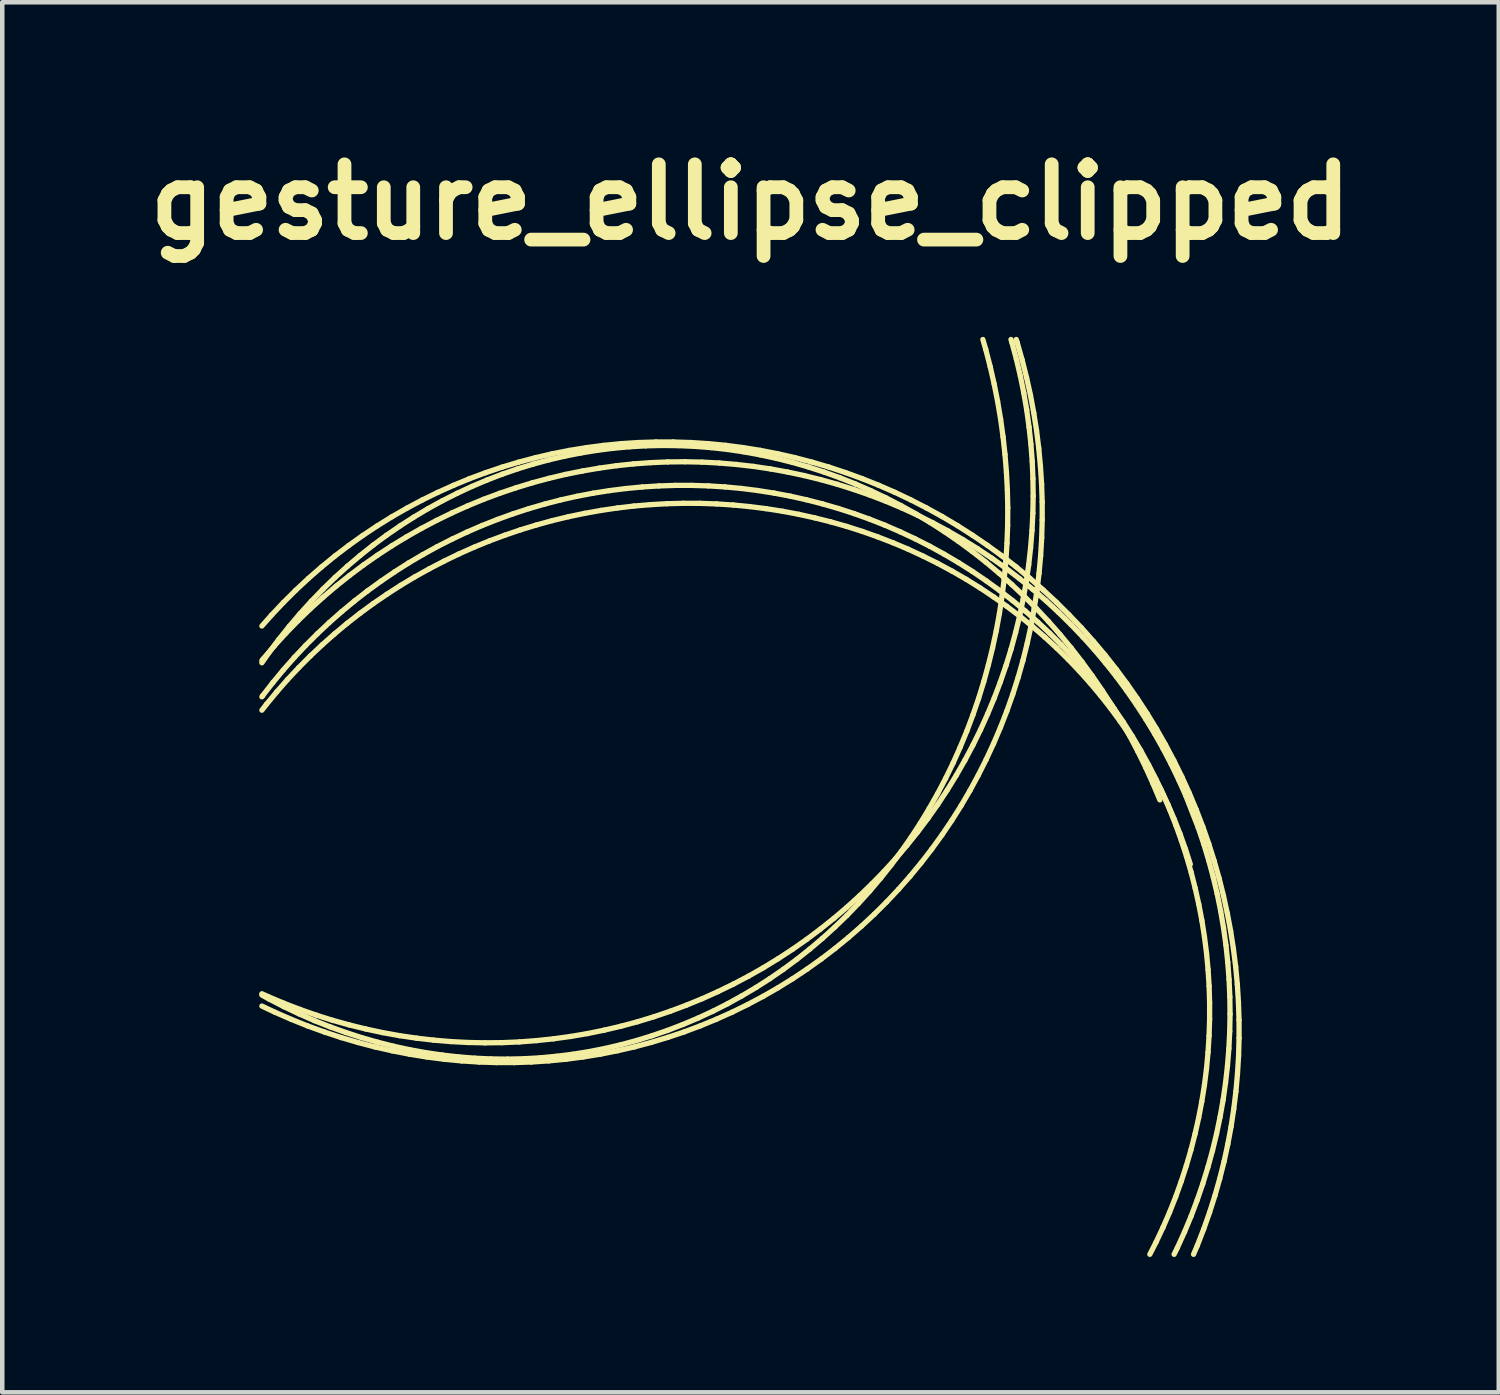
<source format=kicad_pcb>
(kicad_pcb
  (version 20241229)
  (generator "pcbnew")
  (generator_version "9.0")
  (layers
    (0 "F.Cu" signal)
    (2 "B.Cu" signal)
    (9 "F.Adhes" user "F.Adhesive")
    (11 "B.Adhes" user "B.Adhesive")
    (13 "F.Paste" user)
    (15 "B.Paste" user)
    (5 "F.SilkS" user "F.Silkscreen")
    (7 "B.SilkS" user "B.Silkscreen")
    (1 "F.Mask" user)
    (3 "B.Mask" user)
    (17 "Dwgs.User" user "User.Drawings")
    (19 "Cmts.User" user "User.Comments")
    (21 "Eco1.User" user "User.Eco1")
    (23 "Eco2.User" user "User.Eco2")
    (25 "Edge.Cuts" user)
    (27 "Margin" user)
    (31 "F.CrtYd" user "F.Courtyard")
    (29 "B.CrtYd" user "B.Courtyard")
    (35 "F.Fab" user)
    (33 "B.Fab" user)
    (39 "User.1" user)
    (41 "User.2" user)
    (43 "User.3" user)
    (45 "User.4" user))
  (footprint "gesture_ellipse_clipped"
    (layer "F.Cu")
    (at 13.585 14.614)
    (property "Reference" "gesture_ellipse_clipped" (at 0 -13.187 0) (layer "F.SilkS") (effects (font (size 1.524 1.524) (thickness 0.305))))
    (attr smd)
    (fp_line (start -10.83 4.363) (end -10.695 4.425) (stroke (width 0.117) (type solid)) (layer "F.SilkS"))
    (fp_line (start -10.83 4.636) (end -10.538 4.774) (stroke (width 0.117) (type solid)) (layer "F.SilkS"))
    (fp_line (start -10.83 4.392) (end -10.674 4.479) (stroke (width 0.117) (type solid)) (layer "F.SilkS"))
    (fp_line (start -10.814 -2.242) (end -10.83 -2.219) (stroke (width 0.117) (type solid)) (layer "F.SilkS"))
    (fp_line (start -10.802 -3.058) (end -10.83 -3.024) (stroke (width 0.117) (type solid)) (layer "F.SilkS"))
    (fp_line (start -10.73 -2.051) (end -10.83 -1.922) (stroke (width 0.117) (type solid)) (layer "F.SilkS"))
    (fp_line (start -10.695 4.425) (end -10.344 4.573) (stroke (width 0.117) (type solid)) (layer "F.SilkS"))
    (fp_line (start -10.682 -3.186) (end -10.83 -2.973) (stroke (width 0.117) (type solid)) (layer "F.SilkS"))
    (fp_line (start -10.674 4.479) (end -10.342 4.65) (stroke (width 0.117) (type solid)) (layer "F.SilkS"))
    (fp_line (start -10.618 -4.028) (end -10.83 -3.788) (stroke (width 0.117) (type solid)) (layer "F.SilkS"))
    (fp_line (start -10.589 -2.531) (end -10.814 -2.242) (stroke (width 0.117) (type solid)) (layer "F.SilkS"))
    (fp_line (start -10.554 -3.348) (end -10.802 -3.058) (stroke (width 0.117) (type solid)) (layer "F.SilkS"))
    (fp_line (start -10.538 4.774) (end -10.178 4.931) (stroke (width 0.117) (type solid)) (layer "F.SilkS"))
    (fp_line (start -10.5 -2.329) (end -10.73 -2.051) (stroke (width 0.117) (type solid)) (layer "F.SilkS"))
    (fp_line (start -10.458 -3.487) (end -10.682 -3.186) (stroke (width 0.117) (type solid)) (layer "F.SilkS"))
    (fp_line (start -10.355 -2.814) (end -10.589 -2.531) (stroke (width 0.117) (type solid)) (layer "F.SilkS"))
    (fp_line (start -10.354 -4.308) (end -10.618 -4.028) (stroke (width 0.117) (type solid)) (layer "F.SilkS"))
    (fp_line (start -10.344 4.573) (end -9.988 4.71) (stroke (width 0.117) (type solid)) (layer "F.SilkS"))
    (fp_line (start -10.342 4.65) (end -10.005 4.81) (stroke (width 0.117) (type solid)) (layer "F.SilkS"))
    (fp_line (start -10.297 -3.63) (end -10.554 -3.348) (stroke (width 0.117) (type solid)) (layer "F.SilkS"))
    (fp_line (start -10.262 -2.601) (end -10.5 -2.329) (stroke (width 0.117) (type solid)) (layer "F.SilkS"))
    (fp_line (start -10.224 -3.78) (end -10.458 -3.487) (stroke (width 0.117) (type solid)) (layer "F.SilkS"))
    (fp_line (start -10.178 4.931) (end -9.814 5.077) (stroke (width 0.117) (type solid)) (layer "F.SilkS"))
    (fp_line (start -10.113 -3.089) (end -10.355 -2.814) (stroke (width 0.117) (type solid)) (layer "F.SilkS"))
    (fp_line (start -10.081 -4.58) (end -10.354 -4.308) (stroke (width 0.117) (type solid)) (layer "F.SilkS"))
    (fp_line (start -10.032 -3.903) (end -10.297 -3.63) (stroke (width 0.117) (type solid)) (layer "F.SilkS"))
    (fp_line (start -10.014 -2.865) (end -10.262 -2.601) (stroke (width 0.117) (type solid)) (layer "F.SilkS"))
    (fp_line (start -10.005 4.81) (end -9.665 4.959) (stroke (width 0.117) (type solid)) (layer "F.SilkS"))
    (fp_line (start -9.988 4.71) (end -9.628 4.836) (stroke (width 0.117) (type solid)) (layer "F.SilkS"))
    (fp_line (start -9.983 -4.064) (end -10.224 -3.78) (stroke (width 0.117) (type solid)) (layer "F.SilkS"))
    (fp_line (start -9.862 -3.356) (end -10.113 -3.089) (stroke (width 0.117) (type solid)) (layer "F.SilkS"))
    (fp_line (start -9.814 5.077) (end -9.445 5.211) (stroke (width 0.117) (type solid)) (layer "F.SilkS"))
    (fp_line (start -9.8 -4.842) (end -10.081 -4.58) (stroke (width 0.117) (type solid)) (layer "F.SilkS"))
    (fp_line (start -9.758 -3.122) (end -10.014 -2.865) (stroke (width 0.117) (type solid)) (layer "F.SilkS"))
    (fp_line (start -9.758 -4.168) (end -10.032 -3.903) (stroke (width 0.117) (type solid)) (layer "F.SilkS"))
    (fp_line (start -9.732 -4.34) (end -9.983 -4.064) (stroke (width 0.117) (type solid)) (layer "F.SilkS"))
    (fp_line (start -9.665 4.959) (end -9.32 5.096) (stroke (width 0.117) (type solid)) (layer "F.SilkS"))
    (fp_line (start -9.628 4.836) (end -9.265 4.951) (stroke (width 0.117) (type solid)) (layer "F.SilkS"))
    (fp_line (start -9.602 -3.615) (end -9.862 -3.356) (stroke (width 0.117) (type solid)) (layer "F.SilkS"))
    (fp_line (start -9.51 -5.095) (end -9.8 -4.842) (stroke (width 0.117) (type solid)) (layer "F.SilkS"))
    (fp_line (start -9.494 -3.371) (end -9.758 -3.122) (stroke (width 0.117) (type solid)) (layer "F.SilkS"))
    (fp_line (start -9.475 -4.424) (end -9.758 -4.168) (stroke (width 0.117) (type solid)) (layer "F.SilkS"))
    (fp_line (start -9.474 -4.607) (end -9.732 -4.34) (stroke (width 0.117) (type solid)) (layer "F.SilkS"))
    (fp_line (start -9.445 5.211) (end -9.074 5.334) (stroke (width 0.117) (type solid)) (layer "F.SilkS"))
    (fp_line (start -9.335 -3.866) (end -9.602 -3.615) (stroke (width 0.117) (type solid)) (layer "F.SilkS"))
    (fp_line (start -9.32 5.096) (end -8.972 5.221) (stroke (width 0.117) (type solid)) (layer "F.SilkS"))
    (fp_line (start -9.265 4.951) (end -8.898 5.053) (stroke (width 0.117) (type solid)) (layer "F.SilkS"))
    (fp_line (start -9.222 -3.612) (end -9.494 -3.371) (stroke (width 0.117) (type solid)) (layer "F.SilkS"))
    (fp_line (start -9.213 -5.338) (end -9.51 -5.095) (stroke (width 0.117) (type solid)) (layer "F.SilkS"))
    (fp_line (start -9.208 -4.865) (end -9.474 -4.607) (stroke (width 0.117) (type solid)) (layer "F.SilkS"))
    (fp_line (start -9.185 -4.672) (end -9.475 -4.424) (stroke (width 0.117) (type solid)) (layer "F.SilkS"))
    (fp_line (start -9.074 5.334) (end -8.698 5.444) (stroke (width 0.117) (type solid)) (layer "F.SilkS"))
    (fp_line (start -9.06 -4.108) (end -9.335 -3.866) (stroke (width 0.117) (type solid)) (layer "F.SilkS"))
    (fp_line (start -8.972 5.221) (end -8.621 5.335) (stroke (width 0.117) (type solid)) (layer "F.SilkS"))
    (fp_line (start -8.943 -3.845) (end -9.222 -3.612) (stroke (width 0.117) (type solid)) (layer "F.SilkS"))
    (fp_line (start -8.934 -5.113) (end -9.208 -4.865) (stroke (width 0.117) (type solid)) (layer "F.SilkS"))
    (fp_line (start -8.907 -5.571) (end -9.213 -5.338) (stroke (width 0.117) (type solid)) (layer "F.SilkS"))
    (fp_line (start -8.898 5.053) (end -8.528 5.144) (stroke (width 0.117) (type solid)) (layer "F.SilkS"))
    (fp_line (start -8.887 -4.909) (end -9.185 -4.672) (stroke (width 0.117) (type solid)) (layer "F.SilkS"))
    (fp_line (start -8.778 -4.342) (end -9.06 -4.108) (stroke (width 0.117) (type solid)) (layer "F.SilkS"))
    (fp_line (start -8.698 5.444) (end -8.321 5.543) (stroke (width 0.117) (type solid)) (layer "F.SilkS"))
    (fp_line (start -8.656 -4.069) (end -8.943 -3.845) (stroke (width 0.117) (type solid)) (layer "F.SilkS"))
    (fp_line (start -8.653 -5.351) (end -8.934 -5.113) (stroke (width 0.117) (type solid)) (layer "F.SilkS"))
    (fp_line (start -8.621 5.335) (end -8.268 5.436) (stroke (width 0.117) (type solid)) (layer "F.SilkS"))
    (fp_line (start -8.595 -5.794) (end -8.907 -5.571) (stroke (width 0.117) (type solid)) (layer "F.SilkS"))
    (fp_line (start -8.582 -5.138) (end -8.887 -4.909) (stroke (width 0.117) (type solid)) (layer "F.SilkS"))
    (fp_line (start -8.528 5.144) (end -8.155 5.224) (stroke (width 0.117) (type solid)) (layer "F.SilkS"))
    (fp_line (start -8.488 -4.567) (end -8.778 -4.342) (stroke (width 0.117) (type solid)) (layer "F.SilkS"))
    (fp_line (start -8.365 -5.58) (end -8.653 -5.351) (stroke (width 0.117) (type solid)) (layer "F.SilkS"))
    (fp_line (start -8.362 -4.285) (end -8.656 -4.069) (stroke (width 0.117) (type solid)) (layer "F.SilkS"))
    (fp_line (start -8.321 5.543) (end -7.94 5.629) (stroke (width 0.117) (type solid)) (layer "F.SilkS"))
    (fp_line (start -8.275 -6.007) (end -8.595 -5.794) (stroke (width 0.117) (type solid)) (layer "F.SilkS"))
    (fp_line (start -8.27 -5.356) (end -8.582 -5.138) (stroke (width 0.117) (type solid)) (layer "F.SilkS"))
    (fp_line (start -8.268 5.436) (end -7.912 5.526) (stroke (width 0.117) (type solid)) (layer "F.SilkS"))
    (fp_line (start -8.191 -4.782) (end -8.488 -4.567) (stroke (width 0.117) (type solid)) (layer "F.SilkS"))
    (fp_line (start -8.155 5.224) (end -7.78 5.292) (stroke (width 0.117) (type solid)) (layer "F.SilkS"))
    (fp_line (start -8.07 -5.798) (end -8.365 -5.58) (stroke (width 0.117) (type solid)) (layer "F.SilkS"))
    (fp_line (start -8.061 -4.491) (end -8.362 -4.285) (stroke (width 0.117) (type solid)) (layer "F.SilkS"))
    (fp_line (start -7.951 -5.565) (end -8.27 -5.356) (stroke (width 0.117) (type solid)) (layer "F.SilkS"))
    (fp_line (start -7.949 -6.209) (end -8.275 -6.007) (stroke (width 0.117) (type solid)) (layer "F.SilkS"))
    (fp_line (start -7.94 5.629) (end -7.558 5.703) (stroke (width 0.117) (type solid)) (layer "F.SilkS"))
    (fp_line (start -7.912 5.526) (end -7.553 5.604) (stroke (width 0.117) (type solid)) (layer "F.SilkS"))
    (fp_line (start -7.888 -4.988) (end -8.191 -4.782) (stroke (width 0.117) (type solid)) (layer "F.SilkS"))
    (fp_line (start -7.78 5.292) (end -7.404 5.347) (stroke (width 0.117) (type solid)) (layer "F.SilkS"))
    (fp_line (start -7.768 -6.006) (end -8.07 -5.798) (stroke (width 0.117) (type solid)) (layer "F.SilkS"))
    (fp_line (start -7.754 -4.689) (end -8.061 -4.491) (stroke (width 0.117) (type solid)) (layer "F.SilkS"))
    (fp_line (start -7.626 -5.763) (end -7.951 -5.565) (stroke (width 0.117) (type solid)) (layer "F.SilkS"))
    (fp_line (start -7.616 -6.4) (end -7.949 -6.209) (stroke (width 0.117) (type solid)) (layer "F.SilkS"))
    (fp_line (start -7.579 -5.185) (end -7.888 -4.988) (stroke (width 0.117) (type solid)) (layer "F.SilkS"))
    (fp_line (start -7.558 5.703) (end -7.174 5.765) (stroke (width 0.117) (type solid)) (layer "F.SilkS"))
    (fp_line (start -7.553 5.604) (end -7.194 5.669) (stroke (width 0.117) (type solid)) (layer "F.SilkS"))
    (fp_line (start -7.46 -6.203) (end -7.768 -6.006) (stroke (width 0.117) (type solid)) (layer "F.SilkS"))
    (fp_line (start -7.441 -4.877) (end -7.754 -4.689) (stroke (width 0.117) (type solid)) (layer "F.SilkS"))
    (fp_line (start -7.404 5.347) (end -7.025 5.391) (stroke (width 0.117) (type solid)) (layer "F.SilkS"))
    (fp_line (start -7.295 -5.951) (end -7.626 -5.763) (stroke (width 0.117) (type solid)) (layer "F.SilkS"))
    (fp_line (start -7.278 -6.58) (end -7.616 -6.4) (stroke (width 0.117) (type solid)) (layer "F.SilkS"))
    (fp_line (start -7.263 -5.371) (end -7.579 -5.185) (stroke (width 0.117) (type solid)) (layer "F.SilkS"))
    (fp_line (start -7.194 5.669) (end -6.832 5.722) (stroke (width 0.117) (type solid)) (layer "F.SilkS"))
    (fp_line (start -7.174 5.765) (end -6.789 5.815) (stroke (width 0.117) (type solid)) (layer "F.SilkS"))
    (fp_line (start -7.147 -6.39) (end -7.46 -6.203) (stroke (width 0.117) (type solid)) (layer "F.SilkS"))
    (fp_line (start -7.121 -5.055) (end -7.441 -4.877) (stroke (width 0.117) (type solid)) (layer "F.SilkS"))
    (fp_line (start -7.025 5.391) (end -6.646 5.423) (stroke (width 0.117) (type solid)) (layer "F.SilkS"))
    (fp_line (start -6.958 -6.128) (end -7.295 -5.951) (stroke (width 0.117) (type solid)) (layer "F.SilkS"))
    (fp_line (start -6.942 -5.548) (end -7.263 -5.371) (stroke (width 0.117) (type solid)) (layer "F.SilkS"))
    (fp_line (start -6.933 -6.749) (end -7.278 -6.58) (stroke (width 0.117) (type solid)) (layer "F.SilkS"))
    (fp_line (start -6.832 5.722) (end -6.47 5.763) (stroke (width 0.117) (type solid)) (layer "F.SilkS"))
    (fp_line (start -6.828 -6.565) (end -7.147 -6.39) (stroke (width 0.117) (type solid)) (layer "F.SilkS"))
    (fp_line (start -6.796 -5.224) (end -7.121 -5.055) (stroke (width 0.117) (type solid)) (layer "F.SilkS"))
    (fp_line (start -6.789 5.815) (end -6.402 5.852) (stroke (width 0.117) (type solid)) (layer "F.SilkS"))
    (fp_line (start -6.646 5.423) (end -6.266 5.443) (stroke (width 0.117) (type solid)) (layer "F.SilkS"))
    (fp_line (start -6.616 -6.295) (end -6.958 -6.128) (stroke (width 0.117) (type solid)) (layer "F.SilkS"))
    (fp_line (start -6.615 -5.714) (end -6.942 -5.548) (stroke (width 0.117) (type solid)) (layer "F.SilkS"))
    (fp_line (start -6.583 -6.906) (end -6.933 -6.749) (stroke (width 0.117) (type solid)) (layer "F.SilkS"))
    (fp_line (start -6.503 -6.729) (end -6.828 -6.565) (stroke (width 0.117) (type solid)) (layer "F.SilkS"))
    (fp_line (start -6.47 5.763) (end -6.108 5.792) (stroke (width 0.117) (type solid)) (layer "F.SilkS"))
    (fp_line (start -6.466 -5.384) (end -6.796 -5.224) (stroke (width 0.117) (type solid)) (layer "F.SilkS"))
    (fp_line (start -6.402 5.852) (end -6.015 5.877) (stroke (width 0.117) (type solid)) (layer "F.SilkS"))
    (fp_line (start -6.284 -5.87) (end -6.615 -5.714) (stroke (width 0.117) (type solid)) (layer "F.SilkS"))
    (fp_line (start -6.269 -6.451) (end -6.616 -6.295) (stroke (width 0.117) (type solid)) (layer "F.SilkS"))
    (fp_line (start -6.266 5.443) (end -5.885 5.451) (stroke (width 0.117) (type solid)) (layer "F.SilkS"))
    (fp_line (start -6.229 -7.053) (end -6.583 -6.906) (stroke (width 0.117) (type solid)) (layer "F.SilkS"))
    (fp_line (start -6.174 -6.882) (end -6.503 -6.729) (stroke (width 0.117) (type solid)) (layer "F.SilkS"))
    (fp_line (start -6.131 -5.533) (end -6.466 -5.384) (stroke (width 0.117) (type solid)) (layer "F.SilkS"))
    (fp_line (start -6.108 5.792) (end -5.745 5.808) (stroke (width 0.117) (type solid)) (layer "F.SilkS"))
    (fp_line (start -6.015 5.877) (end -5.628 5.889) (stroke (width 0.117) (type solid)) (layer "F.SilkS"))
    (fp_line (start -5.947 -6.016) (end -6.284 -5.87) (stroke (width 0.117) (type solid)) (layer "F.SilkS"))
    (fp_line (start -5.916 -6.596) (end -6.269 -6.451) (stroke (width 0.117) (type solid)) (layer "F.SilkS"))
    (fp_line (start -5.885 5.451) (end -5.505 5.447) (stroke (width 0.117) (type solid)) (layer "F.SilkS"))
    (fp_line (start -5.869 -7.187) (end -6.229 -7.053) (stroke (width 0.117) (type solid)) (layer "F.SilkS"))
    (fp_line (start -5.84 -7.024) (end -6.174 -6.882) (stroke (width 0.117) (type solid)) (layer "F.SilkS"))
    (fp_line (start -5.792 -5.672) (end -6.131 -5.533) (stroke (width 0.117) (type solid)) (layer "F.SilkS"))
    (fp_line (start -5.745 5.808) (end -5.382 5.812) (stroke (width 0.117) (type solid)) (layer "F.SilkS"))
    (fp_line (start -5.628 5.889) (end -5.242 5.889) (stroke (width 0.117) (type solid)) (layer "F.SilkS"))
    (fp_line (start -5.606 -6.151) (end -5.947 -6.016) (stroke (width 0.117) (type solid)) (layer "F.SilkS"))
    (fp_line (start -5.56 -6.729) (end -5.916 -6.596) (stroke (width 0.117) (type solid)) (layer "F.SilkS"))
    (fp_line (start -5.505 -7.31) (end -5.869 -7.187) (stroke (width 0.117) (type solid)) (layer "F.SilkS"))
    (fp_line (start -5.505 5.447) (end -5.124 5.431) (stroke (width 0.117) (type solid)) (layer "F.SilkS"))
    (fp_line (start -5.501 -7.154) (end -5.84 -7.024) (stroke (width 0.117) (type solid)) (layer "F.SilkS"))
    (fp_line (start -5.448 -5.8) (end -5.792 -5.672) (stroke (width 0.117) (type solid)) (layer "F.SilkS"))
    (fp_line (start -5.382 5.812) (end -5.019 5.804) (stroke (width 0.117) (type solid)) (layer "F.SilkS"))
    (fp_line (start -5.261 -6.275) (end -5.606 -6.151) (stroke (width 0.117) (type solid)) (layer "F.SilkS"))
    (fp_line (start -5.242 5.889) (end -4.856 5.876) (stroke (width 0.117) (type solid)) (layer "F.SilkS"))
    (fp_line (start -5.199 -6.851) (end -5.56 -6.729) (stroke (width 0.117) (type solid)) (layer "F.SilkS"))
    (fp_line (start -5.159 -7.272) (end -5.501 -7.154) (stroke (width 0.117) (type solid)) (layer "F.SilkS"))
    (fp_line (start -5.138 -7.42) (end -5.505 -7.31) (stroke (width 0.117) (type solid)) (layer "F.SilkS"))
    (fp_line (start -5.124 5.431) (end -4.745 5.402) (stroke (width 0.117) (type solid)) (layer "F.SilkS"))
    (fp_line (start -5.1 -5.919) (end -5.448 -5.8) (stroke (width 0.117) (type solid)) (layer "F.SilkS"))
    (fp_line (start -5.019 5.804) (end -4.658 5.783) (stroke (width 0.117) (type solid)) (layer "F.SilkS"))
    (fp_line (start -4.913 -6.389) (end -5.261 -6.275) (stroke (width 0.117) (type solid)) (layer "F.SilkS"))
    (fp_line (start -4.856 5.876) (end -4.47 5.851) (stroke (width 0.117) (type solid)) (layer "F.SilkS"))
    (fp_line (start -4.835 -6.962) (end -5.199 -6.851) (stroke (width 0.117) (type solid)) (layer "F.SilkS"))
    (fp_line (start -4.813 -7.378) (end -5.159 -7.272) (stroke (width 0.117) (type solid)) (layer "F.SilkS"))
    (fp_line (start -4.766 -7.519) (end -5.138 -7.42) (stroke (width 0.117) (type solid)) (layer "F.SilkS"))
    (fp_line (start -4.749 -6.026) (end -5.1 -5.919) (stroke (width 0.117) (type solid)) (layer "F.SilkS"))
    (fp_line (start -4.745 5.402) (end -4.366 5.362) (stroke (width 0.117) (type solid)) (layer "F.SilkS"))
    (fp_line (start -4.658 5.783) (end -4.297 5.749) (stroke (width 0.117) (type solid)) (layer "F.SilkS"))
    (fp_line (start -4.561 -6.491) (end -4.913 -6.389) (stroke (width 0.117) (type solid)) (layer "F.SilkS"))
    (fp_line (start -4.47 5.851) (end -4.087 5.814) (stroke (width 0.117) (type solid)) (layer "F.SilkS"))
    (fp_line (start -4.468 -7.061) (end -4.835 -6.962) (stroke (width 0.117) (type solid)) (layer "F.SilkS"))
    (fp_line (start -4.464 -7.472) (end -4.813 -7.378) (stroke (width 0.117) (type solid)) (layer "F.SilkS"))
    (fp_line (start -4.394 -6.124) (end -4.749 -6.026) (stroke (width 0.117) (type solid)) (layer "F.SilkS"))
    (fp_line (start -4.392 -7.606) (end -4.766 -7.519) (stroke (width 0.117) (type solid)) (layer "F.SilkS"))
    (fp_line (start -4.366 5.362) (end -3.989 5.31) (stroke (width 0.117) (type solid)) (layer "F.SilkS"))
    (fp_line (start -4.297 5.749) (end -3.939 5.704) (stroke (width 0.117) (type solid)) (layer "F.SilkS"))
    (fp_line (start -4.206 -6.583) (end -4.561 -6.491) (stroke (width 0.117) (type solid)) (layer "F.SilkS"))
    (fp_line (start -4.112 -7.554) (end -4.464 -7.472) (stroke (width 0.117) (type solid)) (layer "F.SilkS"))
    (fp_line (start -4.097 -7.149) (end -4.468 -7.061) (stroke (width 0.117) (type solid)) (layer "F.SilkS"))
    (fp_line (start -4.087 5.814) (end -3.704 5.764) (stroke (width 0.117) (type solid)) (layer "F.SilkS"))
    (fp_line (start -4.037 -6.21) (end -4.394 -6.124) (stroke (width 0.117) (type solid)) (layer "F.SilkS"))
    (fp_line (start -4.014 -7.68) (end -4.392 -7.606) (stroke (width 0.117) (type solid)) (layer "F.SilkS"))
    (fp_line (start -3.989 5.31) (end -3.614 5.246) (stroke (width 0.117) (type solid)) (layer "F.SilkS"))
    (fp_line (start -3.939 5.704) (end -3.582 5.646) (stroke (width 0.117) (type solid)) (layer "F.SilkS"))
    (fp_line (start -3.848 -6.663) (end -4.206 -6.583) (stroke (width 0.117) (type solid)) (layer "F.SilkS"))
    (fp_line (start -3.757 -7.624) (end -4.112 -7.554) (stroke (width 0.117) (type solid)) (layer "F.SilkS"))
    (fp_line (start -3.724 -7.224) (end -4.097 -7.149) (stroke (width 0.117) (type solid)) (layer "F.SilkS"))
    (fp_line (start -3.704 5.764) (end -3.324 5.702) (stroke (width 0.117) (type solid)) (layer "F.SilkS"))
    (fp_line (start -3.677 -6.285) (end -4.037 -6.21) (stroke (width 0.117) (type solid)) (layer "F.SilkS"))
    (fp_line (start -3.634 -7.742) (end -4.014 -7.68) (stroke (width 0.117) (type solid)) (layer "F.SilkS"))
    (fp_line (start -3.614 5.246) (end -3.241 5.17) (stroke (width 0.117) (type solid)) (layer "F.SilkS"))
    (fp_line (start -3.582 5.646) (end -3.227 5.576) (stroke (width 0.117) (type solid)) (layer "F.SilkS"))
    (fp_line (start -3.488 -6.732) (end -3.848 -6.663) (stroke (width 0.117) (type solid)) (layer "F.SilkS"))
    (fp_line (start -3.4 -7.682) (end -3.757 -7.624) (stroke (width 0.117) (type solid)) (layer "F.SilkS"))
    (fp_line (start -3.349 -7.288) (end -3.724 -7.224) (stroke (width 0.117) (type solid)) (layer "F.SilkS"))
    (fp_line (start -3.324 5.702) (end -2.947 5.627) (stroke (width 0.117) (type solid)) (layer "F.SilkS"))
    (fp_line (start -3.315 -6.35) (end -3.677 -6.285) (stroke (width 0.117) (type solid)) (layer "F.SilkS"))
    (fp_line (start -3.252 -7.792) (end -3.634 -7.742) (stroke (width 0.117) (type solid)) (layer "F.SilkS"))
    (fp_line (start -3.241 5.17) (end -2.871 5.083) (stroke (width 0.117) (type solid)) (layer "F.SilkS"))
    (fp_line (start -3.227 5.576) (end -2.875 5.494) (stroke (width 0.117) (type solid)) (layer "F.SilkS"))
    (fp_line (start -3.126 -6.789) (end -3.488 -6.732) (stroke (width 0.117) (type solid)) (layer "F.SilkS"))
    (fp_line (start -3.041 -7.728) (end -3.4 -7.682) (stroke (width 0.117) (type solid)) (layer "F.SilkS"))
    (fp_line (start -2.972 -7.341) (end -3.349 -7.288) (stroke (width 0.117) (type solid)) (layer "F.SilkS"))
    (fp_line (start -2.951 -6.404) (end -3.315 -6.35) (stroke (width 0.117) (type solid)) (layer "F.SilkS"))
    (fp_line (start -2.947 5.627) (end -2.572 5.541) (stroke (width 0.117) (type solid)) (layer "F.SilkS"))
    (fp_line (start -2.875 5.494) (end -2.526 5.4) (stroke (width 0.117) (type solid)) (layer "F.SilkS"))
    (fp_line (start -2.871 5.083) (end -2.503 4.984) (stroke (width 0.117) (type solid)) (layer "F.SilkS"))
    (fp_line (start -2.868 -7.83) (end -3.252 -7.792) (stroke (width 0.117) (type solid)) (layer "F.SilkS"))
    (fp_line (start -2.763 -6.835) (end -3.126 -6.789) (stroke (width 0.117) (type solid)) (layer "F.SilkS"))
    (fp_line (start -2.681 -7.761) (end -3.041 -7.728) (stroke (width 0.117) (type solid)) (layer "F.SilkS"))
    (fp_line (start -2.594 -7.381) (end -2.972 -7.341) (stroke (width 0.117) (type solid)) (layer "F.SilkS"))
    (fp_line (start -2.585 -6.447) (end -2.951 -6.404) (stroke (width 0.117) (type solid)) (layer "F.SilkS"))
    (fp_line (start -2.572 5.541) (end -2.201 5.442) (stroke (width 0.117) (type solid)) (layer "F.SilkS"))
    (fp_line (start -2.526 5.4) (end -2.18 5.293) (stroke (width 0.117) (type solid)) (layer "F.SilkS"))
    (fp_line (start -2.503 4.984) (end -2.139 4.873) (stroke (width 0.117) (type solid)) (layer "F.SilkS"))
    (fp_line (start -2.483 -7.855) (end -2.868 -7.83) (stroke (width 0.117) (type solid)) (layer "F.SilkS"))
    (fp_line (start -2.398 -6.87) (end -2.763 -6.835) (stroke (width 0.117) (type solid)) (layer "F.SilkS"))
    (fp_line (start -2.319 -7.782) (end -2.681 -7.761) (stroke (width 0.117) (type solid)) (layer "F.SilkS"))
    (fp_line (start -2.219 -6.478) (end -2.585 -6.447) (stroke (width 0.117) (type solid)) (layer "F.SilkS"))
    (fp_line (start -2.214 -7.409) (end -2.594 -7.381) (stroke (width 0.117) (type solid)) (layer "F.SilkS"))
    (fp_line (start -2.201 5.442) (end -1.833 5.331) (stroke (width 0.117) (type solid)) (layer "F.SilkS"))
    (fp_line (start -2.18 5.293) (end -1.837 5.175) (stroke (width 0.117) (type solid)) (layer "F.SilkS"))
    (fp_line (start -2.139 4.873) (end -1.779 4.751) (stroke (width 0.117) (type solid)) (layer "F.SilkS"))
    (fp_line (start -2.097 -7.867) (end -2.483 -7.855) (stroke (width 0.117) (type solid)) (layer "F.SilkS"))
    (fp_line (start -2.032 -6.893) (end -2.398 -6.87) (stroke (width 0.117) (type solid)) (layer "F.SilkS"))
    (fp_line (start -1.957 -7.79) (end -2.319 -7.782) (stroke (width 0.117) (type solid)) (layer "F.SilkS"))
    (fp_line (start -1.852 -6.499) (end -2.219 -6.478) (stroke (width 0.117) (type solid)) (layer "F.SilkS"))
    (fp_line (start -1.837 5.175) (end -1.499 5.045) (stroke (width 0.117) (type solid)) (layer "F.SilkS"))
    (fp_line (start -1.834 -7.425) (end -2.214 -7.409) (stroke (width 0.117) (type solid)) (layer "F.SilkS"))
    (fp_line (start -1.833 5.331) (end -1.469 5.209) (stroke (width 0.117) (type solid)) (layer "F.SilkS"))
    (fp_line (start -1.779 4.751) (end -1.422 4.617) (stroke (width 0.117) (type solid)) (layer "F.SilkS"))
    (fp_line (start -1.71 -7.867) (end -2.097 -7.867) (stroke (width 0.117) (type solid)) (layer "F.SilkS"))
    (fp_line (start -1.666 -6.905) (end -2.032 -6.893) (stroke (width 0.117) (type solid)) (layer "F.SilkS"))
    (fp_line (start -1.594 -7.786) (end -1.957 -7.79) (stroke (width 0.117) (type solid)) (layer "F.SilkS"))
    (fp_line (start -1.499 5.045) (end -1.165 4.904) (stroke (width 0.117) (type solid)) (layer "F.SilkS"))
    (fp_line (start -1.484 -6.508) (end -1.852 -6.499) (stroke (width 0.117) (type solid)) (layer "F.SilkS"))
    (fp_line (start -1.469 5.209) (end -1.11 5.074) (stroke (width 0.117) (type solid)) (layer "F.SilkS"))
    (fp_line (start -1.453 -7.429) (end -1.834 -7.425) (stroke (width 0.117) (type solid)) (layer "F.SilkS"))
    (fp_line (start -1.422 4.617) (end -1.07 4.473) (stroke (width 0.117) (type solid)) (layer "F.SilkS"))
    (fp_line (start -1.323 -7.855) (end -1.71 -7.867) (stroke (width 0.117) (type solid)) (layer "F.SilkS"))
    (fp_line (start -1.299 -6.905) (end -1.666 -6.905) (stroke (width 0.117) (type solid)) (layer "F.SilkS"))
    (fp_line (start -1.231 -7.77) (end -1.594 -7.786) (stroke (width 0.117) (type solid)) (layer "F.SilkS"))
    (fp_line (start -1.165 4.904) (end -0.835 4.751) (stroke (width 0.117) (type solid)) (layer "F.SilkS"))
    (fp_line (start -1.117 -6.507) (end -1.484 -6.508) (stroke (width 0.117) (type solid)) (layer "F.SilkS"))
    (fp_line (start -1.11 5.074) (end -0.755 4.928) (stroke (width 0.117) (type solid)) (layer "F.SilkS"))
    (fp_line (start -1.073 -7.421) (end -1.453 -7.429) (stroke (width 0.117) (type solid)) (layer "F.SilkS"))
    (fp_line (start -1.07 4.473) (end -0.723 4.317) (stroke (width 0.117) (type solid)) (layer "F.SilkS"))
    (fp_line (start -0.936 -7.83) (end -1.323 -7.855) (stroke (width 0.117) (type solid)) (layer "F.SilkS"))
    (fp_line (start -0.933 -6.894) (end -1.299 -6.905) (stroke (width 0.117) (type solid)) (layer "F.SilkS"))
    (fp_line (start -0.868 -7.742) (end -1.231 -7.77) (stroke (width 0.117) (type solid)) (layer "F.SilkS"))
    (fp_line (start -0.835 4.751) (end -0.511 4.587) (stroke (width 0.117) (type solid)) (layer "F.SilkS"))
    (fp_line (start -0.755 4.928) (end -0.405 4.771) (stroke (width 0.117) (type solid)) (layer "F.SilkS"))
    (fp_line (start -0.75 -6.494) (end -1.117 -6.507) (stroke (width 0.117) (type solid)) (layer "F.SilkS"))
    (fp_line (start -0.723 4.317) (end -0.38 4.15) (stroke (width 0.117) (type solid)) (layer "F.SilkS"))
    (fp_line (start -0.692 -7.401) (end -1.073 -7.421) (stroke (width 0.117) (type solid)) (layer "F.SilkS"))
    (fp_line (start -0.567 -6.871) (end -0.933 -6.894) (stroke (width 0.117) (type solid)) (layer "F.SilkS"))
    (fp_line (start -0.55 -7.793) (end -0.936 -7.83) (stroke (width 0.117) (type solid)) (layer "F.SilkS"))
    (fp_line (start -0.511 4.587) (end -0.192 4.411) (stroke (width 0.117) (type solid)) (layer "F.SilkS"))
    (fp_line (start -0.506 -7.701) (end -0.868 -7.742) (stroke (width 0.117) (type solid)) (layer "F.SilkS"))
    (fp_line (start -0.405 4.771) (end -0.061 4.602) (stroke (width 0.117) (type solid)) (layer "F.SilkS"))
    (fp_line (start -0.383 -6.47) (end -0.75 -6.494) (stroke (width 0.117) (type solid)) (layer "F.SilkS"))
    (fp_line (start -0.38 4.15) (end -0.043 3.973) (stroke (width 0.117) (type solid)) (layer "F.SilkS"))
    (fp_line (start -0.313 -7.369) (end -0.692 -7.401) (stroke (width 0.117) (type solid)) (layer "F.SilkS"))
    (fp_line (start -0.202 -6.837) (end -0.567 -6.871) (stroke (width 0.117) (type solid)) (layer "F.SilkS"))
    (fp_line (start -0.192 4.411) (end 0.122 4.225) (stroke (width 0.117) (type solid)) (layer "F.SilkS"))
    (fp_line (start -0.165 -7.743) (end -0.55 -7.793) (stroke (width 0.117) (type solid)) (layer "F.SilkS"))
    (fp_line (start -0.145 -7.648) (end -0.506 -7.701) (stroke (width 0.117) (type solid)) (layer "F.SilkS"))
    (fp_line (start -0.061 4.602) (end 0.278 4.422) (stroke (width 0.117) (type solid)) (layer "F.SilkS"))
    (fp_line (start -0.043 3.973) (end 0.288 3.785) (stroke (width 0.117) (type solid)) (layer "F.SilkS"))
    (fp_line (start -0.018 -6.435) (end -0.383 -6.47) (stroke (width 0.117) (type solid)) (layer "F.SilkS"))
    (fp_line (start 0.065 -7.326) (end -0.313 -7.369) (stroke (width 0.117) (type solid)) (layer "F.SilkS"))
    (fp_line (start 0.122 4.225) (end 0.43 4.028) (stroke (width 0.117) (type solid)) (layer "F.SilkS"))
    (fp_line (start 0.161 -6.791) (end -0.202 -6.837) (stroke (width 0.117) (type solid)) (layer "F.SilkS"))
    (fp_line (start 0.215 -7.582) (end -0.145 -7.648) (stroke (width 0.117) (type solid)) (layer "F.SilkS"))
    (fp_line (start 0.219 -7.681) (end -0.165 -7.743) (stroke (width 0.117) (type solid)) (layer "F.SilkS"))
    (fp_line (start 0.278 4.422) (end 0.61 4.231) (stroke (width 0.117) (type solid)) (layer "F.SilkS"))
    (fp_line (start 0.288 3.785) (end 0.613 3.586) (stroke (width 0.117) (type solid)) (layer "F.SilkS"))
    (fp_line (start 0.346 -6.389) (end -0.018 -6.435) (stroke (width 0.117) (type solid)) (layer "F.SilkS"))
    (fp_line (start 0.43 4.028) (end 0.731 3.82) (stroke (width 0.117) (type solid)) (layer "F.SilkS"))
    (fp_line (start 0.442 -7.27) (end 0.065 -7.326) (stroke (width 0.117) (type solid)) (layer "F.SilkS"))
    (fp_line (start 0.523 -6.734) (end 0.161 -6.791) (stroke (width 0.117) (type solid)) (layer "F.SilkS"))
    (fp_line (start 0.573 -7.504) (end 0.215 -7.582) (stroke (width 0.117) (type solid)) (layer "F.SilkS"))
    (fp_line (start 0.602 -7.607) (end 0.219 -7.681) (stroke (width 0.117) (type solid)) (layer "F.SilkS"))
    (fp_line (start 0.61 4.231) (end 0.937 4.029) (stroke (width 0.117) (type solid)) (layer "F.SilkS"))
    (fp_line (start 0.613 3.586) (end 0.932 3.378) (stroke (width 0.117) (type solid)) (layer "F.SilkS"))
    (fp_line (start 0.708 -6.332) (end 0.346 -6.389) (stroke (width 0.117) (type solid)) (layer "F.SilkS"))
    (fp_line (start 0.731 3.82) (end 1.026 3.602) (stroke (width 0.117) (type solid)) (layer "F.SilkS"))
    (fp_line (start 0.817 -7.202) (end 0.442 -7.27) (stroke (width 0.117) (type solid)) (layer "F.SilkS"))
    (fp_line (start 0.883 -6.666) (end 0.523 -6.734) (stroke (width 0.117) (type solid)) (layer "F.SilkS"))
    (fp_line (start 0.929 -7.415) (end 0.573 -7.504) (stroke (width 0.117) (type solid)) (layer "F.SilkS"))
    (fp_line (start 0.932 3.378) (end 1.244 3.159) (stroke (width 0.117) (type solid)) (layer "F.SilkS"))
    (fp_line (start 0.937 4.029) (end 1.256 3.816) (stroke (width 0.117) (type solid)) (layer "F.SilkS"))
    (fp_line (start 0.982 -7.521) (end 0.602 -7.607) (stroke (width 0.117) (type solid)) (layer "F.SilkS"))
    (fp_line (start 1.026 3.602) (end 1.314 3.373) (stroke (width 0.117) (type solid)) (layer "F.SilkS"))
    (fp_line (start 1.068 -6.264) (end 0.708 -6.332) (stroke (width 0.117) (type solid)) (layer "F.SilkS"))
    (fp_line (start 1.189 -7.123) (end 0.817 -7.202) (stroke (width 0.117) (type solid)) (layer "F.SilkS"))
    (fp_line (start 1.241 -6.586) (end 0.883 -6.666) (stroke (width 0.117) (type solid)) (layer "F.SilkS"))
    (fp_line (start 1.244 3.159) (end 1.549 2.931) (stroke (width 0.117) (type solid)) (layer "F.SilkS"))
    (fp_line (start 1.256 3.816) (end 1.569 3.593) (stroke (width 0.117) (type solid)) (layer "F.SilkS"))
    (fp_line (start 1.283 -7.313) (end 0.929 -7.415) (stroke (width 0.117) (type solid)) (layer "F.SilkS"))
    (fp_line (start 1.314 3.373) (end 1.595 3.135) (stroke (width 0.117) (type solid)) (layer "F.SilkS"))
    (fp_line (start 1.36 -7.422) (end 0.982 -7.521) (stroke (width 0.117) (type solid)) (layer "F.SilkS"))
    (fp_line (start 1.425 -6.185) (end 1.068 -6.264) (stroke (width 0.117) (type solid)) (layer "F.SilkS"))
    (fp_line (start 1.549 2.931) (end 1.847 2.693) (stroke (width 0.117) (type solid)) (layer "F.SilkS"))
    (fp_line (start 1.559 -7.032) (end 1.189 -7.123) (stroke (width 0.117) (type solid)) (layer "F.SilkS"))
    (fp_line (start 1.569 3.593) (end 1.874 3.36) (stroke (width 0.117) (type solid)) (layer "F.SilkS"))
    (fp_line (start 1.595 3.135) (end 1.869 2.886) (stroke (width 0.117) (type solid)) (layer "F.SilkS"))
    (fp_line (start 1.596 -6.495) (end 1.241 -6.586) (stroke (width 0.117) (type solid)) (layer "F.SilkS"))
    (fp_line (start 1.634 -7.199) (end 1.283 -7.313) (stroke (width 0.117) (type solid)) (layer "F.SilkS"))
    (fp_line (start 1.735 -7.312) (end 1.36 -7.422) (stroke (width 0.117) (type solid)) (layer "F.SilkS"))
    (fp_line (start 1.78 -6.096) (end 1.425 -6.185) (stroke (width 0.117) (type solid)) (layer "F.SilkS"))
    (fp_line (start 1.847 2.693) (end 2.137 2.446) (stroke (width 0.117) (type solid)) (layer "F.SilkS"))
    (fp_line (start 1.869 2.886) (end 2.136 2.629) (stroke (width 0.117) (type solid)) (layer "F.SilkS"))
    (fp_line (start 1.874 3.36) (end 2.171 3.117) (stroke (width 0.117) (type solid)) (layer "F.SilkS"))
    (fp_line (start 1.926 -6.929) (end 1.559 -7.032) (stroke (width 0.117) (type solid)) (layer "F.SilkS"))
    (fp_line (start 1.948 -6.393) (end 1.596 -6.495) (stroke (width 0.117) (type solid)) (layer "F.SilkS"))
    (fp_line (start 1.982 -7.074) (end 1.634 -7.199) (stroke (width 0.117) (type solid)) (layer "F.SilkS"))
    (fp_line (start 2.107 -7.189) (end 1.735 -7.312) (stroke (width 0.117) (type solid)) (layer "F.SilkS"))
    (fp_line (start 2.131 -5.996) (end 1.78 -6.096) (stroke (width 0.117) (type solid)) (layer "F.SilkS"))
    (fp_line (start 2.136 2.629) (end 2.394 2.362) (stroke (width 0.117) (type solid)) (layer "F.SilkS"))
    (fp_line (start 2.137 2.446) (end 2.419 2.19) (stroke (width 0.117) (type solid)) (layer "F.SilkS"))
    (fp_line (start 2.171 3.117) (end 2.461 2.864) (stroke (width 0.117) (type solid)) (layer "F.SilkS"))
    (fp_line (start 2.29 -6.814) (end 1.926 -6.929) (stroke (width 0.117) (type solid)) (layer "F.SilkS"))
    (fp_line (start 2.296 -6.28) (end 1.948 -6.393) (stroke (width 0.117) (type solid)) (layer "F.SilkS"))
    (fp_line (start 2.326 -6.937) (end 1.982 -7.074) (stroke (width 0.117) (type solid)) (layer "F.SilkS"))
    (fp_line (start 2.394 2.362) (end 2.644 2.086) (stroke (width 0.117) (type solid)) (layer "F.SilkS"))
    (fp_line (start 2.419 2.19) (end 2.693 1.925) (stroke (width 0.117) (type solid)) (layer "F.SilkS"))
    (fp_line (start 2.461 2.864) (end 2.743 2.602) (stroke (width 0.117) (type solid)) (layer "F.SilkS"))
    (fp_line (start 2.475 -7.055) (end 2.107 -7.189) (stroke (width 0.117) (type solid)) (layer "F.SilkS"))
    (fp_line (start 2.479 -5.885) (end 2.131 -5.996) (stroke (width 0.117) (type solid)) (layer "F.SilkS"))
    (fp_line (start 2.641 -6.156) (end 2.296 -6.28) (stroke (width 0.117) (type solid)) (layer "F.SilkS"))
    (fp_line (start 2.644 2.086) (end 2.886 1.801) (stroke (width 0.117) (type solid)) (layer "F.SilkS"))
    (fp_line (start 2.649 -6.689) (end 2.29 -6.814) (stroke (width 0.117) (type solid)) (layer "F.SilkS"))
    (fp_line (start 2.667 -6.788) (end 2.326 -6.937) (stroke (width 0.117) (type solid)) (layer "F.SilkS"))
    (fp_line (start 2.693 1.925) (end 2.959 1.652) (stroke (width 0.117) (type solid)) (layer "F.SilkS"))
    (fp_line (start 2.743 2.602) (end 3.016 2.33) (stroke (width 0.117) (type solid)) (layer "F.SilkS"))
    (fp_line (start 2.823 -5.763) (end 2.479 -5.885) (stroke (width 0.117) (type solid)) (layer "F.SilkS"))
    (fp_line (start 2.839 -6.909) (end 2.475 -7.055) (stroke (width 0.117) (type solid)) (layer "F.SilkS"))
    (fp_line (start 2.886 1.801) (end 3.119 1.508) (stroke (width 0.117) (type solid)) (layer "F.SilkS"))
    (fp_line (start 2.959 1.652) (end 3.216 1.37) (stroke (width 0.117) (type solid)) (layer "F.SilkS"))
    (fp_line (start 2.982 -6.022) (end 2.641 -6.156) (stroke (width 0.117) (type solid)) (layer "F.SilkS"))
    (fp_line (start 3.003 -6.628) (end 2.667 -6.788) (stroke (width 0.117) (type solid)) (layer "F.SilkS"))
    (fp_line (start 3.005 -6.552) (end 2.649 -6.689) (stroke (width 0.117) (type solid)) (layer "F.SilkS"))
    (fp_line (start 3.016 2.33) (end 3.28 2.05) (stroke (width 0.117) (type solid)) (layer "F.SilkS"))
    (fp_line (start 3.119 1.508) (end 3.343 1.207) (stroke (width 0.117) (type solid)) (layer "F.SilkS"))
    (fp_line (start 3.162 -5.632) (end 2.823 -5.763) (stroke (width 0.117) (type solid)) (layer "F.SilkS"))
    (fp_line (start 3.2 -6.752) (end 2.839 -6.909) (stroke (width 0.117) (type solid)) (layer "F.SilkS"))
    (fp_line (start 3.216 1.37) (end 3.464 1.08) (stroke (width 0.117) (type solid)) (layer "F.SilkS"))
    (fp_line (start 3.28 2.05) (end 3.535 1.761) (stroke (width 0.117) (type solid)) (layer "F.SilkS"))
    (fp_line (start 3.318 -5.876) (end 2.982 -6.022) (stroke (width 0.117) (type solid)) (layer "F.SilkS"))
    (fp_line (start 3.336 -6.457) (end 3.003 -6.628) (stroke (width 0.117) (type solid)) (layer "F.SilkS"))
    (fp_line (start 3.343 1.207) (end 3.559 0.898) (stroke (width 0.117) (type solid)) (layer "F.SilkS"))
    (fp_line (start 3.356 -6.404) (end 3.005 -6.552) (stroke (width 0.117) (type solid)) (layer "F.SilkS"))
    (fp_line (start 3.464 1.08) (end 3.703 0.782) (stroke (width 0.117) (type solid)) (layer "F.SilkS"))
    (fp_line (start 3.497 -5.49) (end 3.162 -5.632) (stroke (width 0.117) (type solid)) (layer "F.SilkS"))
    (fp_line (start 3.535 1.761) (end 3.781 1.463) (stroke (width 0.117) (type solid)) (layer "F.SilkS"))
    (fp_line (start 3.555 -6.583) (end 3.2 -6.752) (stroke (width 0.117) (type solid)) (layer "F.SilkS"))
    (fp_line (start 3.559 0.898) (end 3.765 0.582) (stroke (width 0.117) (type solid)) (layer "F.SilkS"))
    (fp_line (start 3.649 -5.721) (end 3.318 -5.876) (stroke (width 0.117) (type solid)) (layer "F.SilkS"))
    (fp_line (start 3.663 -6.275) (end 3.336 -6.457) (stroke (width 0.117) (type solid)) (layer "F.SilkS"))
    (fp_line (start 3.703 0.782) (end 3.932 0.478) (stroke (width 0.117) (type solid)) (layer "F.SilkS"))
    (fp_line (start 3.703 -6.244) (end 3.356 -6.404) (stroke (width 0.117) (type solid)) (layer "F.SilkS"))
    (fp_line (start 3.765 0.582) (end 3.961 0.258) (stroke (width 0.117) (type solid)) (layer "F.SilkS"))
    (fp_line (start 3.781 1.463) (end 4.017 1.158) (stroke (width 0.117) (type solid)) (layer "F.SilkS"))
    (fp_line (start 3.827 -5.337) (end 3.497 -5.49) (stroke (width 0.117) (type solid)) (layer "F.SilkS"))
    (fp_line (start 3.906 -6.403) (end 3.555 -6.583) (stroke (width 0.117) (type solid)) (layer "F.SilkS"))
    (fp_line (start 3.932 0.478) (end 4.152 0.166) (stroke (width 0.117) (type solid)) (layer "F.SilkS"))
    (fp_line (start 3.961 0.258) (end 4.148 -0.073) (stroke (width 0.117) (type solid)) (layer "F.SilkS"))
    (fp_line (start 3.976 -5.555) (end 3.649 -5.721) (stroke (width 0.117) (type solid)) (layer "F.SilkS"))
    (fp_line (start 3.985 -6.081) (end 3.663 -6.275) (stroke (width 0.117) (type solid)) (layer "F.SilkS"))
    (fp_line (start 4.017 1.158) (end 4.244 0.844) (stroke (width 0.117) (type solid)) (layer "F.SilkS"))
    (fp_line (start 4.044 -6.074) (end 3.703 -6.244) (stroke (width 0.117) (type solid)) (layer "F.SilkS"))
    (fp_line (start 4.148 -0.073) (end 4.325 -0.41) (stroke (width 0.117) (type solid)) (layer "F.SilkS"))
    (fp_line (start 4.152 0.166) (end 4.362 -0.153) (stroke (width 0.117) (type solid)) (layer "F.SilkS"))
    (fp_line (start 4.152 -5.175) (end 3.827 -5.337) (stroke (width 0.117) (type solid)) (layer "F.SilkS"))
    (fp_line (start 4.244 0.844) (end 4.461 0.523) (stroke (width 0.117) (type solid)) (layer "F.SilkS"))
    (fp_line (start 4.251 -6.213) (end 3.906 -6.403) (stroke (width 0.117) (type solid)) (layer "F.SilkS"))
    (fp_line (start 4.297 -5.378) (end 3.976 -5.555) (stroke (width 0.117) (type solid)) (layer "F.SilkS"))
    (fp_line (start 4.302 -5.877) (end 3.985 -6.081) (stroke (width 0.117) (type solid)) (layer "F.SilkS"))
    (fp_line (start 4.325 -0.41) (end 4.492 -0.753) (stroke (width 0.117) (type solid)) (layer "F.SilkS"))
    (fp_line (start 4.362 -0.153) (end 4.562 -0.479) (stroke (width 0.117) (type solid)) (layer "F.SilkS"))
    (fp_line (start 4.38 -5.894) (end 4.044 -6.074) (stroke (width 0.117) (type solid)) (layer "F.SilkS"))
    (fp_line (start 4.461 0.523) (end 4.668 0.195) (stroke (width 0.117) (type solid)) (layer "F.SilkS"))
    (fp_line (start 4.471 -5.003) (end 4.152 -5.175) (stroke (width 0.117) (type solid)) (layer "F.SilkS"))
    (fp_line (start 4.492 -0.753) (end 4.648 -1.102) (stroke (width 0.117) (type solid)) (layer "F.SilkS"))
    (fp_line (start 4.562 -0.479) (end 4.751 -0.81) (stroke (width 0.117) (type solid)) (layer "F.SilkS"))
    (fp_line (start 4.591 -6.011) (end 4.251 -6.213) (stroke (width 0.117) (type solid)) (layer "F.SilkS"))
    (fp_line (start 4.612 -5.192) (end 4.297 -5.378) (stroke (width 0.117) (type solid)) (layer "F.SilkS"))
    (fp_line (start 4.613 -5.663) (end 4.302 -5.877) (stroke (width 0.117) (type solid)) (layer "F.SilkS"))
    (fp_line (start 4.648 -1.102) (end 4.795 -1.457) (stroke (width 0.117) (type solid)) (layer "F.SilkS"))
    (fp_line (start 4.668 0.195) (end 4.864 -0.14) (stroke (width 0.117) (type solid)) (layer "F.SilkS"))
    (fp_line (start 4.71 -5.702) (end 4.38 -5.894) (stroke (width 0.117) (type solid)) (layer "F.SilkS"))
    (fp_line (start 4.751 -0.81) (end 4.93 -1.147) (stroke (width 0.117) (type solid)) (layer "F.SilkS"))
    (fp_line (start 4.785 -4.822) (end 4.471 -5.003) (stroke (width 0.117) (type solid)) (layer "F.SilkS"))
    (fp_line (start 4.795 -1.457) (end 4.93 -1.817) (stroke (width 0.117) (type solid)) (layer "F.SilkS"))
    (fp_line (start 4.864 -0.14) (end 5.049 -0.481) (stroke (width 0.117) (type solid)) (layer "F.SilkS"))
    (fp_line (start 4.919 -5.438) (end 4.613 -5.663) (stroke (width 0.117) (type solid)) (layer "F.SilkS"))
    (fp_line (start 4.922 -4.996) (end 4.612 -5.192) (stroke (width 0.117) (type solid)) (layer "F.SilkS"))
    (fp_line (start 4.924 -5.798) (end 4.591 -6.011) (stroke (width 0.117) (type solid)) (layer "F.SilkS"))
    (fp_line (start 4.93 -1.147) (end 5.099 -1.49) (stroke (width 0.117) (type solid)) (layer "F.SilkS"))
    (fp_line (start 4.93 -1.817) (end 5.056 -2.182) (stroke (width 0.117) (type solid)) (layer "F.SilkS"))
    (fp_line (start 5.034 -5.501) (end 4.71 -5.702) (stroke (width 0.117) (type solid)) (layer "F.SilkS"))
    (fp_line (start 5.049 -0.481) (end 5.224 -0.828) (stroke (width 0.117) (type solid)) (layer "F.SilkS"))
    (fp_line (start 5.056 -2.182) (end 5.17 -2.552) (stroke (width 0.117) (type solid)) (layer "F.SilkS"))
    (fp_line (start 5.092 -4.631) (end 4.785 -4.822) (stroke (width 0.117) (type solid)) (layer "F.SilkS"))
    (fp_line (start 5.099 -1.49) (end 5.256 -1.838) (stroke (width 0.117) (type solid)) (layer "F.SilkS"))
    (fp_line (start 5.17 -2.552) (end 5.273 -2.925) (stroke (width 0.117) (type solid)) (layer "F.SilkS"))
    (fp_line (start 5.214 -9.922) (end 5.151 -10.139) (stroke (width 0.117) (type solid)) (layer "F.SilkS"))
    (fp_line (start 5.218 -5.204) (end 4.919 -5.438) (stroke (width 0.117) (type solid)) (layer "F.SilkS"))
    (fp_line (start 5.224 -0.828) (end 5.388 -1.182) (stroke (width 0.117) (type solid)) (layer "F.SilkS"))
    (fp_line (start 5.225 -4.79) (end 4.922 -4.996) (stroke (width 0.117) (type solid)) (layer "F.SilkS"))
    (fp_line (start 5.251 -5.576) (end 4.924 -5.798) (stroke (width 0.117) (type solid)) (layer "F.SilkS"))
    (fp_line (start 5.256 -1.838) (end 5.403 -2.191) (stroke (width 0.117) (type solid)) (layer "F.SilkS"))
    (fp_line (start 5.273 -2.925) (end 5.366 -3.303) (stroke (width 0.117) (type solid)) (layer "F.SilkS"))
    (fp_line (start 5.313 -9.539) (end 5.214 -9.922) (stroke (width 0.117) (type solid)) (layer "F.SilkS"))
    (fp_line (start 5.352 -5.289) (end 5.034 -5.501) (stroke (width 0.117) (type solid)) (layer "F.SilkS"))
    (fp_line (start 5.366 -3.303) (end 5.448 -3.683) (stroke (width 0.117) (type solid)) (layer "F.SilkS"))
    (fp_line (start 5.388 -1.182) (end 5.541 -1.541) (stroke (width 0.117) (type solid)) (layer "F.SilkS"))
    (fp_line (start 5.392 -4.431) (end 5.092 -4.631) (stroke (width 0.117) (type solid)) (layer "F.SilkS"))
    (fp_line (start 5.401 -9.154) (end 5.313 -9.539) (stroke (width 0.117) (type solid)) (layer "F.SilkS"))
    (fp_line (start 5.403 -2.191) (end 5.538 -2.548) (stroke (width 0.117) (type solid)) (layer "F.SilkS"))
    (fp_line (start 5.448 -3.683) (end 5.518 -4.067) (stroke (width 0.117) (type solid)) (layer "F.SilkS"))
    (fp_line (start 5.478 -8.766) (end 5.401 -9.154) (stroke (width 0.117) (type solid)) (layer "F.SilkS"))
    (fp_line (start 5.51 -4.959) (end 5.218 -5.204) (stroke (width 0.117) (type solid)) (layer "F.SilkS"))
    (fp_line (start 5.518 -4.067) (end 5.577 -4.453) (stroke (width 0.117) (type solid)) (layer "F.SilkS"))
    (fp_line (start 5.521 -4.575) (end 5.225 -4.79) (stroke (width 0.117) (type solid)) (layer "F.SilkS"))
    (fp_line (start 5.538 -2.548) (end 5.663 -2.91) (stroke (width 0.117) (type solid)) (layer "F.SilkS"))
    (fp_line (start 5.541 -1.541) (end 5.683 -1.904) (stroke (width 0.117) (type solid)) (layer "F.SilkS"))
    (fp_line (start 5.544 -8.376) (end 5.478 -8.766) (stroke (width 0.117) (type solid)) (layer "F.SilkS"))
    (fp_line (start 5.572 -5.343) (end 5.251 -5.576) (stroke (width 0.117) (type solid)) (layer "F.SilkS"))
    (fp_line (start 5.577 -4.453) (end 5.625 -4.842) (stroke (width 0.117) (type solid)) (layer "F.SilkS"))
    (fp_line (start 5.598 -7.985) (end 5.544 -8.376) (stroke (width 0.117) (type solid)) (layer "F.SilkS"))
    (fp_line (start 5.625 -4.842) (end 5.661 -5.232) (stroke (width 0.117) (type solid)) (layer "F.SilkS"))
    (fp_line (start 5.641 -7.592) (end 5.598 -7.985) (stroke (width 0.117) (type solid)) (layer "F.SilkS"))
    (fp_line (start 5.661 -5.232) (end 5.686 -5.624) (stroke (width 0.117) (type solid)) (layer "F.SilkS"))
    (fp_line (start 5.663 -5.068) (end 5.352 -5.289) (stroke (width 0.117) (type solid)) (layer "F.SilkS"))
    (fp_line (start 5.663 -2.91) (end 5.776 -3.275) (stroke (width 0.117) (type solid)) (layer "F.SilkS"))
    (fp_line (start 5.673 -7.199) (end 5.641 -7.592) (stroke (width 0.117) (type solid)) (layer "F.SilkS"))
    (fp_line (start 5.683 -1.904) (end 5.813 -2.273) (stroke (width 0.117) (type solid)) (layer "F.SilkS"))
    (fp_line (start 5.686 -4.221) (end 5.392 -4.431) (stroke (width 0.117) (type solid)) (layer "F.SilkS"))
    (fp_line (start 5.686 -5.624) (end 5.7 -6.017) (stroke (width 0.117) (type solid)) (layer "F.SilkS"))
    (fp_line (start 5.694 -6.805) (end 5.673 -7.199) (stroke (width 0.117) (type solid)) (layer "F.SilkS"))
    (fp_line (start 5.7 -6.017) (end 5.703 -6.411) (stroke (width 0.117) (type solid)) (layer "F.SilkS"))
    (fp_line (start 5.703 -6.411) (end 5.694 -6.805) (stroke (width 0.117) (type solid)) (layer "F.SilkS"))
    (fp_line (start 5.776 -3.275) (end 5.877 -3.644) (stroke (width 0.117) (type solid)) (layer "F.SilkS"))
    (fp_line (start 5.795 -10.072) (end 5.774 -10.139) (stroke (width 0.117) (type solid)) (layer "F.SilkS"))
    (fp_line (start 5.795 -4.705) (end 5.51 -4.959) (stroke (width 0.117) (type solid)) (layer "F.SilkS"))
    (fp_line (start 5.811 -4.351) (end 5.521 -4.575) (stroke (width 0.117) (type solid)) (layer "F.SilkS"))
    (fp_line (start 5.813 -2.273) (end 5.932 -2.646) (stroke (width 0.117) (type solid)) (layer "F.SilkS"))
    (fp_line (start 5.877 -3.644) (end 5.967 -4.015) (stroke (width 0.117) (type solid)) (layer "F.SilkS"))
    (fp_line (start 5.886 -5.1) (end 5.572 -5.343) (stroke (width 0.117) (type solid)) (layer "F.SilkS"))
    (fp_line (start 5.894 -9.703) (end 5.795 -10.072) (stroke (width 0.117) (type solid)) (layer "F.SilkS"))
    (fp_line (start 5.914 -10.065) (end 5.891 -10.139) (stroke (width 0.117) (type solid)) (layer "F.SilkS"))
    (fp_line (start 5.932 -2.646) (end 6.039 -3.023) (stroke (width 0.117) (type solid)) (layer "F.SilkS"))
    (fp_line (start 5.966 -4.836) (end 5.663 -5.068) (stroke (width 0.117) (type solid)) (layer "F.SilkS"))
    (fp_line (start 5.967 -4.015) (end 6.045 -4.39) (stroke (width 0.117) (type solid)) (layer "F.SilkS"))
    (fp_line (start 5.973 -4.003) (end 5.686 -4.221) (stroke (width 0.117) (type solid)) (layer "F.SilkS"))
    (fp_line (start 5.982 -9.33) (end 5.894 -9.703) (stroke (width 0.117) (type solid)) (layer "F.SilkS"))
    (fp_line (start 6.023 -9.681) (end 5.914 -10.065) (stroke (width 0.117) (type solid)) (layer "F.SilkS"))
    (fp_line (start 6.039 -3.023) (end 6.134 -3.404) (stroke (width 0.117) (type solid)) (layer "F.SilkS"))
    (fp_line (start 6.045 -4.39) (end 6.112 -4.766) (stroke (width 0.117) (type solid)) (layer "F.SilkS"))
    (fp_line (start 6.058 -8.955) (end 5.982 -9.33) (stroke (width 0.117) (type solid)) (layer "F.SilkS"))
    (fp_line (start 6.073 -4.441) (end 5.795 -4.705) (stroke (width 0.117) (type solid)) (layer "F.SilkS"))
    (fp_line (start 6.093 -4.118) (end 5.811 -4.351) (stroke (width 0.117) (type solid)) (layer "F.SilkS"))
    (fp_line (start 6.112 -4.766) (end 6.167 -5.145) (stroke (width 0.117) (type solid)) (layer "F.SilkS"))
    (fp_line (start 6.12 -9.294) (end 6.023 -9.681) (stroke (width 0.117) (type solid)) (layer "F.SilkS"))
    (fp_line (start 6.123 -8.578) (end 6.058 -8.955) (stroke (width 0.117) (type solid)) (layer "F.SilkS"))
    (fp_line (start 6.134 -3.404) (end 6.217 -3.788) (stroke (width 0.117) (type solid)) (layer "F.SilkS"))
    (fp_line (start 6.167 -5.145) (end 6.209 -5.525) (stroke (width 0.117) (type solid)) (layer "F.SilkS"))
    (fp_line (start 6.175 -8.198) (end 6.123 -8.578) (stroke (width 0.117) (type solid)) (layer "F.SilkS"))
    (fp_line (start 6.192 -4.847) (end 5.886 -5.1) (stroke (width 0.117) (type solid)) (layer "F.SilkS"))
    (fp_line (start 6.206 -8.905) (end 6.12 -9.294) (stroke (width 0.117) (type solid)) (layer "F.SilkS"))
    (fp_line (start 6.209 -5.525) (end 6.24 -5.906) (stroke (width 0.117) (type solid)) (layer "F.SilkS"))
    (fp_line (start 6.216 -7.818) (end 6.175 -8.198) (stroke (width 0.117) (type solid)) (layer "F.SilkS"))
    (fp_line (start 6.217 -3.788) (end 6.289 -4.175) (stroke (width 0.117) (type solid)) (layer "F.SilkS"))
    (fp_line (start 6.24 -5.906) (end 6.259 -6.289) (stroke (width 0.117) (type solid)) (layer "F.SilkS"))
    (fp_line (start 6.245 -7.436) (end 6.216 -7.818) (stroke (width 0.117) (type solid)) (layer "F.SilkS"))
    (fp_line (start 6.252 -3.777) (end 5.973 -4.003) (stroke (width 0.117) (type solid)) (layer "F.SilkS"))
    (fp_line (start 6.259 -6.289) (end 6.266 -6.671) (stroke (width 0.117) (type solid)) (layer "F.SilkS"))
    (fp_line (start 6.261 -7.054) (end 6.245 -7.436) (stroke (width 0.117) (type solid)) (layer "F.SilkS"))
    (fp_line (start 6.263 -4.596) (end 5.966 -4.836) (stroke (width 0.117) (type solid)) (layer "F.SilkS"))
    (fp_line (start 6.266 -6.671) (end 6.261 -7.054) (stroke (width 0.117) (type solid)) (layer "F.SilkS"))
    (fp_line (start 6.279 -8.513) (end 6.206 -8.905) (stroke (width 0.117) (type solid)) (layer "F.SilkS"))
    (fp_line (start 6.289 -4.175) (end 6.349 -4.565) (stroke (width 0.117) (type solid)) (layer "F.SilkS"))
    (fp_line (start 6.341 -8.12) (end 6.279 -8.513) (stroke (width 0.117) (type solid)) (layer "F.SilkS"))
    (fp_line (start 6.344 -4.169) (end 6.073 -4.441) (stroke (width 0.117) (type solid)) (layer "F.SilkS"))
    (fp_line (start 6.349 -4.565) (end 6.396 -4.956) (stroke (width 0.117) (type solid)) (layer "F.SilkS"))
    (fp_line (start 6.368 -3.876) (end 6.093 -4.118) (stroke (width 0.117) (type solid)) (layer "F.SilkS"))
    (fp_line (start 6.39 -7.725) (end 6.341 -8.12) (stroke (width 0.117) (type solid)) (layer "F.SilkS"))
    (fp_line (start 6.396 -4.956) (end 6.432 -5.35) (stroke (width 0.117) (type solid)) (layer "F.SilkS"))
    (fp_line (start 6.427 -7.329) (end 6.39 -7.725) (stroke (width 0.117) (type solid)) (layer "F.SilkS"))
    (fp_line (start 6.432 -5.35) (end 6.455 -5.744) (stroke (width 0.117) (type solid)) (layer "F.SilkS"))
    (fp_line (start 6.453 -6.933) (end 6.427 -7.329) (stroke (width 0.117) (type solid)) (layer "F.SilkS"))
    (fp_line (start 6.455 -5.744) (end 6.466 -6.14) (stroke (width 0.117) (type solid)) (layer "F.SilkS"))
    (fp_line (start 6.466 -6.536) (end 6.453 -6.933) (stroke (width 0.117) (type solid)) (layer "F.SilkS"))
    (fp_line (start 6.466 -6.14) (end 6.466 -6.536) (stroke (width 0.117) (type solid)) (layer "F.SilkS"))
    (fp_line (start 6.491 -4.585) (end 6.192 -4.847) (stroke (width 0.117) (type solid)) (layer "F.SilkS"))
    (fp_line (start 6.524 -3.541) (end 6.252 -3.777) (stroke (width 0.117) (type solid)) (layer "F.SilkS"))
    (fp_line (start 6.552 -4.346) (end 6.263 -4.596) (stroke (width 0.117) (type solid)) (layer "F.SilkS"))
    (fp_line (start 6.607 -3.888) (end 6.344 -4.169) (stroke (width 0.117) (type solid)) (layer "F.SilkS"))
    (fp_line (start 6.635 -3.625) (end 6.368 -3.876) (stroke (width 0.117) (type solid)) (layer "F.SilkS"))
    (fp_line (start 6.782 -4.314) (end 6.491 -4.585) (stroke (width 0.117) (type solid)) (layer "F.SilkS"))
    (fp_line (start 6.788 -3.298) (end 6.524 -3.541) (stroke (width 0.117) (type solid)) (layer "F.SilkS"))
    (fp_line (start 6.832 -4.087) (end 6.552 -4.346) (stroke (width 0.117) (type solid)) (layer "F.SilkS"))
    (fp_line (start 6.862 -3.598) (end 6.607 -3.888) (stroke (width 0.117) (type solid)) (layer "F.SilkS"))
    (fp_line (start 6.894 -3.366) (end 6.635 -3.625) (stroke (width 0.117) (type solid)) (layer "F.SilkS"))
    (fp_line (start 7.044 -3.047) (end 6.788 -3.298) (stroke (width 0.117) (type solid)) (layer "F.SilkS"))
    (fp_line (start 7.064 -4.033) (end 6.782 -4.314) (stroke (width 0.117) (type solid)) (layer "F.SilkS"))
    (fp_line (start 7.105 -3.819) (end 6.832 -4.087) (stroke (width 0.117) (type solid)) (layer "F.SilkS"))
    (fp_line (start 7.109 -3.3) (end 6.862 -3.598) (stroke (width 0.117) (type solid)) (layer "F.SilkS"))
    (fp_line (start 7.145 -3.099) (end 6.894 -3.366) (stroke (width 0.117) (type solid)) (layer "F.SilkS"))
    (fp_line (start 7.291 -2.788) (end 7.044 -3.047) (stroke (width 0.117) (type solid)) (layer "F.SilkS"))
    (fp_line (start 7.339 -3.745) (end 7.064 -4.033) (stroke (width 0.117) (type solid)) (layer "F.SilkS"))
    (fp_line (start 7.347 -2.994) (end 7.109 -3.3) (stroke (width 0.117) (type solid)) (layer "F.SilkS"))
    (fp_line (start 7.369 -3.543) (end 7.105 -3.819) (stroke (width 0.117) (type solid)) (layer "F.SilkS"))
    (fp_line (start 7.387 -2.825) (end 7.145 -3.099) (stroke (width 0.117) (type solid)) (layer "F.SilkS"))
    (fp_line (start 7.53 -2.521) (end 7.291 -2.788) (stroke (width 0.117) (type solid)) (layer "F.SilkS"))
    (fp_line (start 7.576 -2.68) (end 7.347 -2.994) (stroke (width 0.117) (type solid)) (layer "F.SilkS"))
    (fp_line (start 7.604 -3.447) (end 7.339 -3.745) (stroke (width 0.117) (type solid)) (layer "F.SilkS"))
    (fp_line (start 7.62 -2.543) (end 7.387 -2.825) (stroke (width 0.117) (type solid)) (layer "F.SilkS"))
    (fp_line (start 7.625 -3.259) (end 7.369 -3.543) (stroke (width 0.117) (type solid)) (layer "F.SilkS"))
    (fp_line (start 7.759 -2.248) (end 7.53 -2.521) (stroke (width 0.117) (type solid)) (layer "F.SilkS"))
    (fp_line (start 7.797 -2.359) (end 7.576 -2.68) (stroke (width 0.117) (type solid)) (layer "F.SilkS"))
    (fp_line (start 7.845 -2.254) (end 7.62 -2.543) (stroke (width 0.117) (type solid)) (layer "F.SilkS"))
    (fp_line (start 7.861 -3.142) (end 7.604 -3.447) (stroke (width 0.117) (type solid)) (layer "F.SilkS"))
    (fp_line (start 7.871 -2.966) (end 7.625 -3.259) (stroke (width 0.117) (type solid)) (layer "F.SilkS"))
    (fp_line (start 7.98 -1.967) (end 7.759 -2.248) (stroke (width 0.117) (type solid)) (layer "F.SilkS"))
    (fp_line (start 8.009 -2.031) (end 7.797 -2.359) (stroke (width 0.117) (type solid)) (layer "F.SilkS"))
    (fp_line (start 8.06 -1.957) (end 7.845 -2.254) (stroke (width 0.117) (type solid)) (layer "F.SilkS"))
    (fp_line (start 8.108 -2.829) (end 7.861 -3.142) (stroke (width 0.117) (type solid)) (layer "F.SilkS"))
    (fp_line (start 8.108 -2.667) (end 7.871 -2.966) (stroke (width 0.117) (type solid)) (layer "F.SilkS"))
    (fp_line (start 8.191 -1.68) (end 7.98 -1.967) (stroke (width 0.117) (type solid)) (layer "F.SilkS"))
    (fp_line (start 8.211 -1.696) (end 8.009 -2.031) (stroke (width 0.117) (type solid)) (layer "F.SilkS"))
    (fp_line (start 8.266 -1.655) (end 8.06 -1.957) (stroke (width 0.117) (type solid)) (layer "F.SilkS"))
    (fp_line (start 8.336 -2.359) (end 8.108 -2.667) (stroke (width 0.117) (type solid)) (layer "F.SilkS"))
    (fp_line (start 8.346 -2.508) (end 8.108 -2.829) (stroke (width 0.117) (type solid)) (layer "F.SilkS"))
    (fp_line (start 8.393 -1.386) (end 8.191 -1.68) (stroke (width 0.117) (type solid)) (layer "F.SilkS"))
    (fp_line (start 8.403 -1.355) (end 8.211 -1.696) (stroke (width 0.117) (type solid)) (layer "F.SilkS"))
    (fp_line (start 8.462 -1.345) (end 8.266 -1.655) (stroke (width 0.117) (type solid)) (layer "F.SilkS"))
    (fp_line (start 8.554 -2.045) (end 8.336 -2.359) (stroke (width 0.117) (type solid)) (layer "F.SilkS"))
    (fp_line (start 8.574 -2.18) (end 8.346 -2.508) (stroke (width 0.117) (type solid)) (layer "F.SilkS"))
    (fp_line (start 8.585 -1.087) (end 8.393 -1.386) (stroke (width 0.117) (type solid)) (layer "F.SilkS"))
    (fp_line (start 8.586 -1.008) (end 8.403 -1.355) (stroke (width 0.117) (type solid)) (layer "F.SilkS"))
    (fp_line (start 8.649 -1.03) (end 8.462 -1.345) (stroke (width 0.117) (type solid)) (layer "F.SilkS"))
    (fp_line (start 8.759 -0.655) (end 8.586 -1.008) (stroke (width 0.117) (type solid)) (layer "F.SilkS"))
    (fp_line (start 8.762 -1.724) (end 8.554 -2.045) (stroke (width 0.117) (type solid)) (layer "F.SilkS"))
    (fp_line (start 8.767 -0.781) (end 8.585 -1.087) (stroke (width 0.117) (type solid)) (layer "F.SilkS"))
    (fp_line (start 8.793 -1.845) (end 8.574 -2.18) (stroke (width 0.117) (type solid)) (layer "F.SilkS"))
    (fp_line (start 8.825 -0.709) (end 8.649 -1.03) (stroke (width 0.117) (type solid)) (layer "F.SilkS"))
    (fp_line (start 8.852 10.139) (end 8.987 9.875) (stroke (width 0.117) (type solid)) (layer "F.SilkS"))
    (fp_line (start 8.921 -0.297) (end 8.759 -0.655) (stroke (width 0.117) (type solid)) (layer "F.SilkS"))
    (fp_line (start 8.939 -0.471) (end 8.767 -0.781) (stroke (width 0.117) (type solid)) (layer "F.SilkS"))
    (fp_line (start 8.96 -1.397) (end 8.762 -1.724) (stroke (width 0.117) (type solid)) (layer "F.SilkS"))
    (fp_line (start 8.987 9.875) (end 9.143 9.544) (stroke (width 0.117) (type solid)) (layer "F.SilkS"))
    (fp_line (start 8.991 -0.383) (end 8.825 -0.709) (stroke (width 0.117) (type solid)) (layer "F.SilkS"))
    (fp_line (start 9.001 -1.504) (end 8.793 -1.845) (stroke (width 0.117) (type solid)) (layer "F.SilkS"))
    (fp_line (start 9.074 0.066) (end 8.921 -0.297) (stroke (width 0.117) (type solid)) (layer "F.SilkS"))
    (fp_line (start 9.101 -0.155) (end 8.939 -0.471) (stroke (width 0.117) (type solid)) (layer "F.SilkS"))
    (fp_line (start 9.143 9.544) (end 9.289 9.208) (stroke (width 0.117) (type solid)) (layer "F.SilkS"))
    (fp_line (start 9.147 -0.052) (end 8.991 -0.383) (stroke (width 0.117) (type solid)) (layer "F.SilkS"))
    (fp_line (start 9.148 -1.064) (end 8.96 -1.397) (stroke (width 0.117) (type solid)) (layer "F.SilkS"))
    (fp_line (start 9.198 -1.157) (end 9.001 -1.504) (stroke (width 0.117) (type solid)) (layer "F.SilkS"))
    (fp_line (start 9.252 0.166) (end 9.101 -0.155) (stroke (width 0.117) (type solid)) (layer "F.SilkS"))
    (fp_line (start 9.289 9.208) (end 9.424 8.867) (stroke (width 0.117) (type solid)) (layer "F.SilkS"))
    (fp_line (start 9.293 0.284) (end 9.147 -0.052) (stroke (width 0.117) (type solid)) (layer "F.SilkS"))
    (fp_line (start 9.325 -0.725) (end 9.148 -1.064) (stroke (width 0.117) (type solid)) (layer "F.SilkS"))
    (fp_line (start 9.386 -0.803) (end 9.198 -1.157) (stroke (width 0.117) (type solid)) (layer "F.SilkS"))
    (fp_line (start 9.39 10.139) (end 9.462 9.993) (stroke (width 0.117) (type solid)) (layer "F.SilkS"))
    (fp_line (start 9.392 0.492) (end 9.252 0.166) (stroke (width 0.117) (type solid)) (layer "F.SilkS"))
    (fp_line (start 9.424 8.867) (end 9.548 8.522) (stroke (width 0.117) (type solid)) (layer "F.SilkS"))
    (fp_line (start 9.427 0.625) (end 9.293 0.284) (stroke (width 0.117) (type solid)) (layer "F.SilkS"))
    (fp_line (start 9.462 9.993) (end 9.62 9.645) (stroke (width 0.117) (type solid)) (layer "F.SilkS"))
    (fp_line (start 9.491 -0.38) (end 9.325 -0.725) (stroke (width 0.117) (type solid)) (layer "F.SilkS"))
    (fp_line (start 9.522 0.821) (end 9.392 0.492) (stroke (width 0.117) (type solid)) (layer "F.SilkS"))
    (fp_line (start 9.548 8.522) (end 9.661 8.174) (stroke (width 0.117) (type solid)) (layer "F.SilkS"))
    (fp_line (start 9.551 0.969) (end 9.427 0.625) (stroke (width 0.117) (type solid)) (layer "F.SilkS"))
    (fp_line (start 9.562 -0.445) (end 9.386 -0.803) (stroke (width 0.117) (type solid)) (layer "F.SilkS"))
    (fp_line (start 9.62 9.645) (end 9.767 9.292) (stroke (width 0.117) (type solid)) (layer "F.SilkS"))
    (fp_line (start 9.641 1.155) (end 9.522 0.821) (stroke (width 0.117) (type solid)) (layer "F.SilkS"))
    (fp_line (start 9.647 -0.031) (end 9.491 -0.38) (stroke (width 0.117) (type solid)) (layer "F.SilkS"))
    (fp_line (start 9.661 8.174) (end 9.764 7.822) (stroke (width 0.117) (type solid)) (layer "F.SilkS"))
    (fp_line (start 9.664 1.317) (end 9.551 0.969) (stroke (width 0.117) (type solid)) (layer "F.SilkS"))
    (fp_line (start 9.728 -0.081) (end 9.562 -0.445) (stroke (width 0.117) (type solid)) (layer "F.SilkS"))
    (fp_line (start 9.749 1.492) (end 9.641 1.155) (stroke (width 0.117) (type solid)) (layer "F.SilkS"))
    (fp_line (start 9.764 7.822) (end 9.855 7.467) (stroke (width 0.117) (type solid)) (layer "F.SilkS"))
    (fp_line (start 9.767 1.669) (end 9.664 1.317) (stroke (width 0.117) (type solid)) (layer "F.SilkS"))
    (fp_line (start 9.767 9.292) (end 9.902 8.935) (stroke (width 0.117) (type solid)) (layer "F.SilkS"))
    (fp_line (start 9.821 10.139) (end 9.905 9.943) (stroke (width 0.117) (type solid)) (layer "F.SilkS"))
    (fp_line (start 9.855 7.467) (end 9.935 7.11) (stroke (width 0.117) (type solid)) (layer "F.SilkS"))
    (fp_line (start 9.857 2.024) (end 9.767 1.669) (stroke (width 0.117) (type solid)) (layer "F.SilkS"))
    (fp_line (start 9.882 0.288) (end 9.728 -0.081) (stroke (width 0.117) (type solid)) (layer "F.SilkS"))
    (fp_line (start 9.902 8.935) (end 10.026 8.574) (stroke (width 0.117) (type solid)) (layer "F.SilkS"))
    (fp_line (start 9.905 9.943) (end 10.046 9.579) (stroke (width 0.117) (type solid)) (layer "F.SilkS"))
    (fp_line (start 9.925 0.682) (end 9.647 -0.031) (stroke (width 0.117) (type solid)) (layer "F.SilkS"))
    (fp_line (start 9.935 7.11) (end 10.004 6.75) (stroke (width 0.117) (type solid)) (layer "F.SilkS"))
    (fp_line (start 9.937 2.381) (end 9.857 2.024) (stroke (width 0.117) (type solid)) (layer "F.SilkS"))
    (fp_line (start 10.004 6.75) (end 10.062 6.388) (stroke (width 0.117) (type solid)) (layer "F.SilkS"))
    (fp_line (start 10.006 2.741) (end 9.937 2.381) (stroke (width 0.117) (type solid)) (layer "F.SilkS"))
    (fp_line (start 10.026 0.661) (end 9.882 0.288) (stroke (width 0.117) (type solid)) (layer "F.SilkS"))
    (fp_line (start 10.026 8.574) (end 10.139 8.208) (stroke (width 0.117) (type solid)) (layer "F.SilkS"))
    (fp_line (start 10.046 9.579) (end 10.176 9.21) (stroke (width 0.117) (type solid)) (layer "F.SilkS"))
    (fp_line (start 10.048 1.045) (end 9.925 0.682) (stroke (width 0.117) (type solid)) (layer "F.SilkS"))
    (fp_line (start 10.062 6.388) (end 10.108 6.025) (stroke (width 0.117) (type solid)) (layer "F.SilkS"))
    (fp_line (start 10.063 3.103) (end 10.006 2.741) (stroke (width 0.117) (type solid)) (layer "F.SilkS"))
    (fp_line (start 10.108 6.025) (end 10.142 5.66) (stroke (width 0.117) (type solid)) (layer "F.SilkS"))
    (fp_line (start 10.109 3.466) (end 10.063 3.103) (stroke (width 0.117) (type solid)) (layer "F.SilkS"))
    (fp_line (start 10.139 8.208) (end 10.241 7.84) (stroke (width 0.117) (type solid)) (layer "F.SilkS"))
    (fp_line (start 10.142 5.66) (end 10.165 5.295) (stroke (width 0.117) (type solid)) (layer "F.SilkS"))
    (fp_line (start 10.143 3.831) (end 10.109 3.466) (stroke (width 0.117) (type solid)) (layer "F.SilkS"))
    (fp_line (start 10.158 1.038) (end 10.026 0.661) (stroke (width 0.117) (type solid)) (layer "F.SilkS"))
    (fp_line (start 10.158 1.411) (end 10.048 1.045) (stroke (width 0.117) (type solid)) (layer "F.SilkS"))
    (fp_line (start 10.165 5.295) (end 10.177 4.928) (stroke (width 0.117) (type solid)) (layer "F.SilkS"))
    (fp_line (start 10.166 4.196) (end 10.143 3.831) (stroke (width 0.117) (type solid)) (layer "F.SilkS"))
    (fp_line (start 10.176 9.21) (end 10.295 8.837) (stroke (width 0.117) (type solid)) (layer "F.SilkS"))
    (fp_line (start 10.177 4.928) (end 10.177 4.562) (stroke (width 0.117) (type solid)) (layer "F.SilkS"))
    (fp_line (start 10.177 4.562) (end 10.166 4.196) (stroke (width 0.117) (type solid)) (layer "F.SilkS"))
    (fp_line (start 10.241 7.84) (end 10.331 7.468) (stroke (width 0.117) (type solid)) (layer "F.SilkS"))
    (fp_line (start 10.258 1.781) (end 10.158 1.411) (stroke (width 0.117) (type solid)) (layer "F.SilkS"))
    (fp_line (start 10.278 1.418) (end 10.158 1.038) (stroke (width 0.117) (type solid)) (layer "F.SilkS"))
    (fp_line (start 10.295 8.837) (end 10.402 8.46) (stroke (width 0.117) (type solid)) (layer "F.SilkS"))
    (fp_line (start 10.331 7.468) (end 10.409 7.094) (stroke (width 0.117) (type solid)) (layer "F.SilkS"))
    (fp_line (start 10.346 2.153) (end 10.258 1.781) (stroke (width 0.117) (type solid)) (layer "F.SilkS"))
    (fp_line (start 10.387 1.802) (end 10.278 1.418) (stroke (width 0.117) (type solid)) (layer "F.SilkS"))
    (fp_line (start 10.402 8.46) (end 10.498 8.079) (stroke (width 0.117) (type solid)) (layer "F.SilkS"))
    (fp_line (start 10.409 7.094) (end 10.476 6.717) (stroke (width 0.117) (type solid)) (layer "F.SilkS"))
    (fp_line (start 10.422 2.529) (end 10.346 2.153) (stroke (width 0.117) (type solid)) (layer "F.SilkS"))
    (fp_line (start 10.476 6.717) (end 10.53 6.339) (stroke (width 0.117) (type solid)) (layer "F.SilkS"))
    (fp_line (start 10.484 2.189) (end 10.387 1.802) (stroke (width 0.117) (type solid)) (layer "F.SilkS"))
    (fp_line (start 10.486 2.906) (end 10.422 2.529) (stroke (width 0.117) (type solid)) (layer "F.SilkS"))
    (fp_line (start 10.498 8.079) (end 10.581 7.695) (stroke (width 0.117) (type solid)) (layer "F.SilkS"))
    (fp_line (start 10.53 6.339) (end 10.573 5.958) (stroke (width 0.117) (type solid)) (layer "F.SilkS"))
    (fp_line (start 10.539 3.285) (end 10.486 2.906) (stroke (width 0.117) (type solid)) (layer "F.SilkS"))
    (fp_line (start 10.569 2.579) (end 10.484 2.189) (stroke (width 0.117) (type solid)) (layer "F.SilkS"))
    (fp_line (start 10.573 5.958) (end 10.604 5.577) (stroke (width 0.117) (type solid)) (layer "F.SilkS"))
    (fp_line (start 10.579 3.666) (end 10.539 3.285) (stroke (width 0.117) (type solid)) (layer "F.SilkS"))
    (fp_line (start 10.581 7.695) (end 10.653 7.308) (stroke (width 0.117) (type solid)) (layer "F.SilkS"))
    (fp_line (start 10.604 5.577) (end 10.623 5.195) (stroke (width 0.117) (type solid)) (layer "F.SilkS"))
    (fp_line (start 10.608 4.047) (end 10.579 3.666) (stroke (width 0.117) (type solid)) (layer "F.SilkS"))
    (fp_line (start 10.623 5.195) (end 10.63 4.812) (stroke (width 0.117) (type solid)) (layer "F.SilkS"))
    (fp_line (start 10.625 4.43) (end 10.608 4.047) (stroke (width 0.117) (type solid)) (layer "F.SilkS"))
    (fp_line (start 10.63 4.812) (end 10.625 4.43) (stroke (width 0.117) (type solid)) (layer "F.SilkS"))
    (fp_line (start 10.643 2.97) (end 10.569 2.579) (stroke (width 0.117) (type solid)) (layer "F.SilkS"))
    (fp_line (start 10.653 7.308) (end 10.712 6.919) (stroke (width 0.117) (type solid)) (layer "F.SilkS"))
    (fp_line (start 10.704 3.364) (end 10.643 2.97) (stroke (width 0.117) (type solid)) (layer "F.SilkS"))
    (fp_line (start 10.712 6.919) (end 10.76 6.527) (stroke (width 0.117) (type solid)) (layer "F.SilkS"))
    (fp_line (start 10.754 3.759) (end 10.704 3.364) (stroke (width 0.117) (type solid)) (layer "F.SilkS"))
    (fp_line (start 10.76 6.527) (end 10.795 6.134) (stroke (width 0.117) (type solid)) (layer "F.SilkS"))
    (fp_line (start 10.791 4.154) (end 10.754 3.759) (stroke (width 0.117) (type solid)) (layer "F.SilkS"))
    (fp_line (start 10.795 6.134) (end 10.819 5.739) (stroke (width 0.117) (type solid)) (layer "F.SilkS"))
    (fp_line (start 10.816 4.551) (end 10.791 4.154) (stroke (width 0.117) (type solid)) (layer "F.SilkS"))
    (fp_line (start 10.819 5.739) (end 10.83 5.343) (stroke (width 0.117) (type solid)) (layer "F.SilkS"))
    (fp_line (start 10.829 4.947) (end 10.816 4.551) (stroke (width 0.117) (type solid)) (layer "F.SilkS"))
    (fp_line (start 10.83 5.343) (end 10.829 4.947) (stroke (width 0.117) (type solid)) (layer "F.SilkS")))
  (gr_rect
    (start -3 -3)
    (end 30.171 27.812)
    (stroke (width 0.1) (type default))
    (fill no)
    (layer "Edge.Cuts")))
</source>
